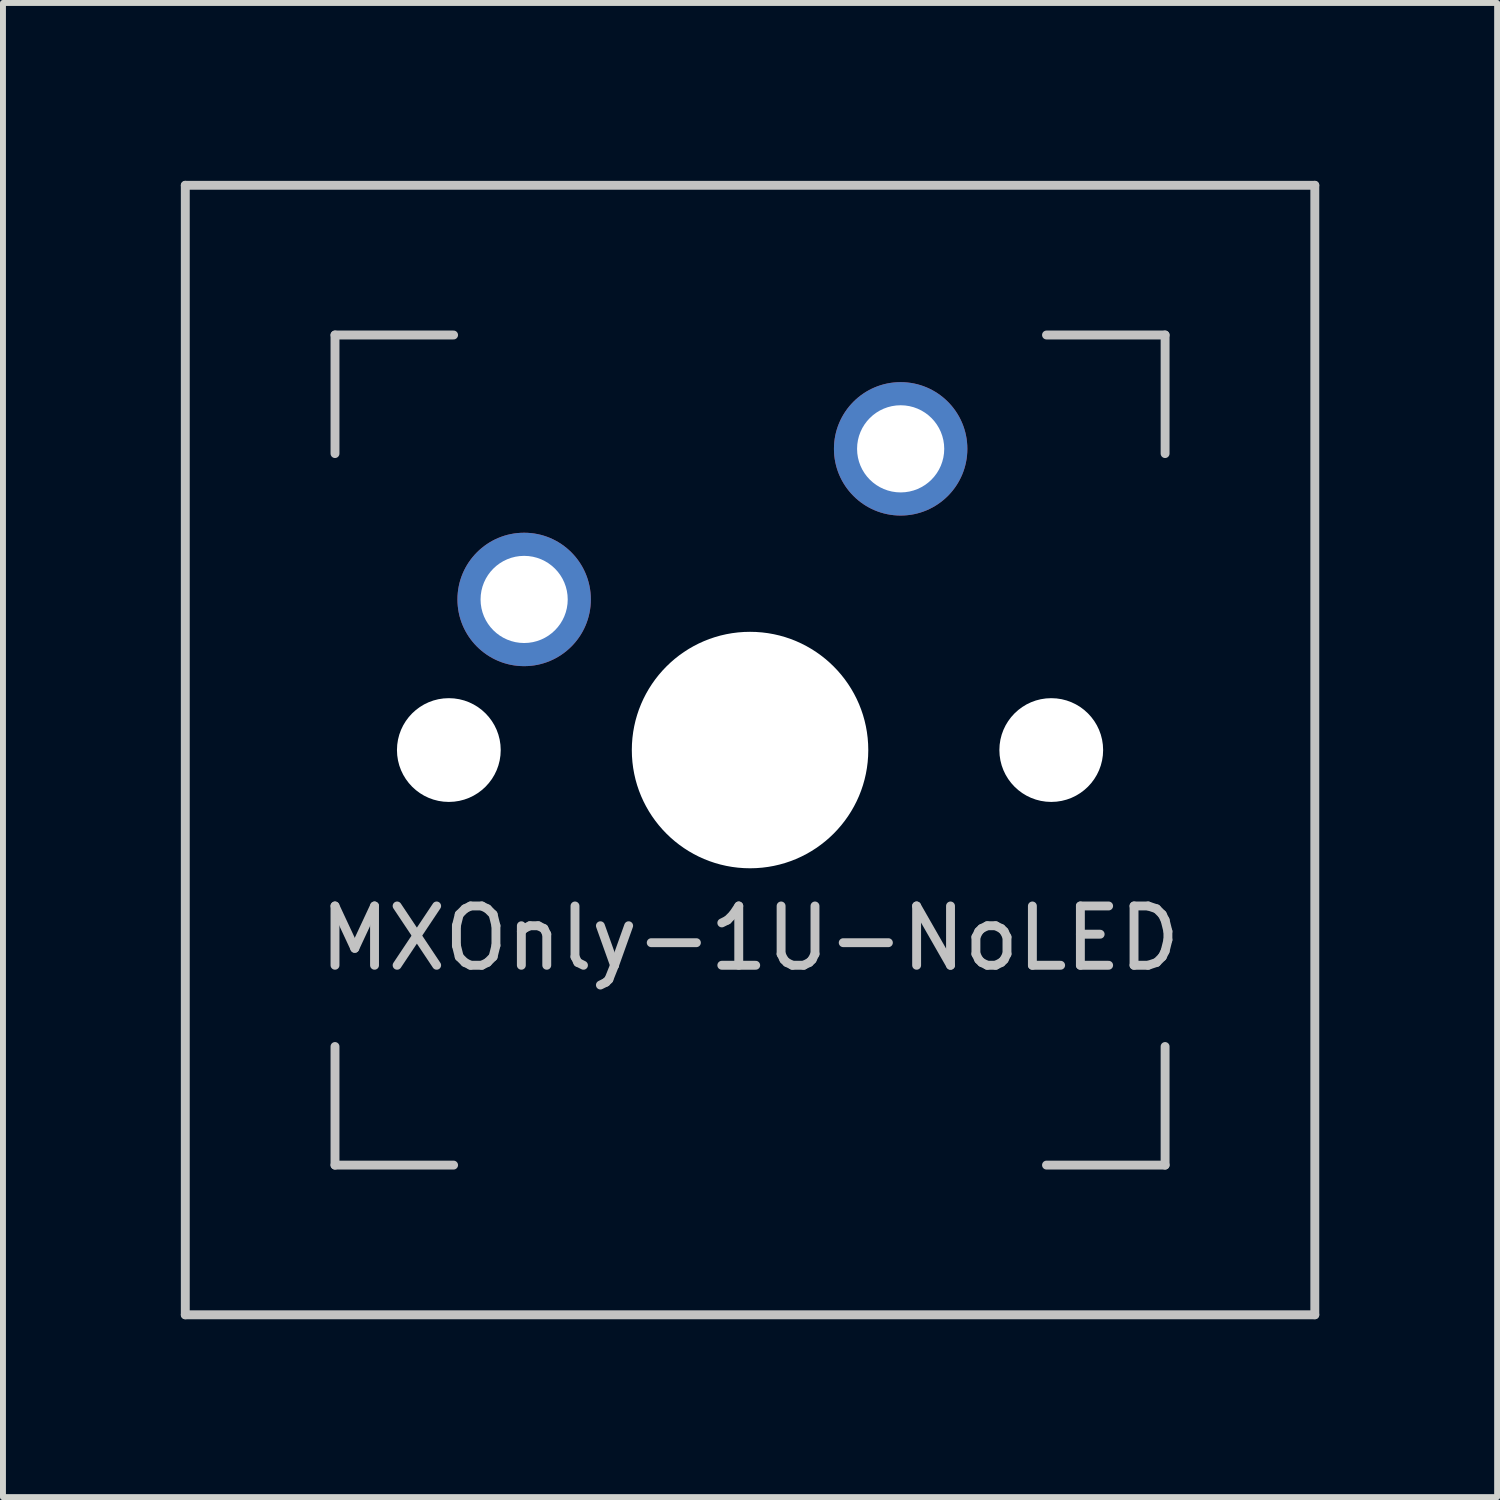
<source format=kicad_pcb>
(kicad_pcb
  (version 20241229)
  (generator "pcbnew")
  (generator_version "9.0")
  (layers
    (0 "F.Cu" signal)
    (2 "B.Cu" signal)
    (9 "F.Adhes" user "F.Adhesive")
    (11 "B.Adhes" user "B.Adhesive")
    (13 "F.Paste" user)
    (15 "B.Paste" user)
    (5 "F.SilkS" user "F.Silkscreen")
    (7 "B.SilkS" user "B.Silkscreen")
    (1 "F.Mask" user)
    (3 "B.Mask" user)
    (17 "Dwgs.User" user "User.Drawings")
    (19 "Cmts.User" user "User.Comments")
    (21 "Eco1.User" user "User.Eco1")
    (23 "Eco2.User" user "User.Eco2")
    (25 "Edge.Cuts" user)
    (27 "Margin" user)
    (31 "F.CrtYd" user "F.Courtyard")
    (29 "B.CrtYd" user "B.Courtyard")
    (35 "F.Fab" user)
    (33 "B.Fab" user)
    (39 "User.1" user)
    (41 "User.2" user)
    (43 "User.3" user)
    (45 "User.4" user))
  (footprint "MXOnly-1U-NoLED"
    (layer "F.Cu")
    (at 9.6 9.6)
    (property "Reference" "MXOnly-1U-NoLED" (at 0 3.175 0) (layer "Dwgs.User") (effects (font (size 1 1) (thickness 0.15))))
    (attr through_hole)
    (fp_line (start -9.525 -9.525) (end 9.525 -9.525) (stroke (width 0.15) (type solid)) (layer "Dwgs.User"))
    (fp_line (start -9.525 9.525) (end -9.525 -9.525) (stroke (width 0.15) (type solid)) (layer "Dwgs.User"))
    (fp_line (start -7 -7) (end -7 -5) (stroke (width 0.15) (type solid)) (layer "Dwgs.User"))
    (fp_line (start -7 5) (end -7 7) (stroke (width 0.15) (type solid)) (layer "Dwgs.User"))
    (fp_line (start -7 7) (end -5 7) (stroke (width 0.15) (type solid)) (layer "Dwgs.User"))
    (fp_line (start -5 -7) (end -7 -7) (stroke (width 0.15) (type solid)) (layer "Dwgs.User"))
    (fp_line (start 5 -7) (end 7 -7) (stroke (width 0.15) (type solid)) (layer "Dwgs.User"))
    (fp_line (start 5 7) (end 7 7) (stroke (width 0.15) (type solid)) (layer "Dwgs.User"))
    (fp_line (start 7 -7) (end 7 -5) (stroke (width 0.15) (type solid)) (layer "Dwgs.User"))
    (fp_line (start 7 7) (end 7 5) (stroke (width 0.15) (type solid)) (layer "Dwgs.User"))
    (fp_line (start 9.525 -9.525) (end 9.525 9.525) (stroke (width 0.15) (type solid)) (layer "Dwgs.User"))
    (fp_line (start 9.525 9.525) (end -9.525 9.525) (stroke (width 0.15) (type solid)) (layer "Dwgs.User"))
    (pad "" np_thru_hole circle (at -5.08 0 48.1) (size 1.75 1.75) (drill 1.75) (layers "*.Cu" "*.Mask"))
    (pad "" np_thru_hole circle (at 0 0) (size 3.988 3.988) (drill 3.988) (layers "*.Cu" "*.Mask"))
    (pad "" np_thru_hole circle (at 5.08 0 48.1) (size 1.75 1.75) (drill 1.75) (layers "*.Cu" "*.Mask"))
    (pad "1" thru_hole circle (at -3.81 -2.54) (size 2.25 2.25) (drill 1.47) (layers "*.Cu" "*.Mask"))
    (pad "2" thru_hole circle (at 2.54 -5.08) (size 2.25 2.25) (drill 1.47) (layers "*.Cu" "*.Mask")))
  (gr_rect
    (start -3 -3)
    (end 22.2 22.2)
    (stroke (width 0.1) (type default))
    (fill no)
    (layer "Edge.Cuts")))
</source>
